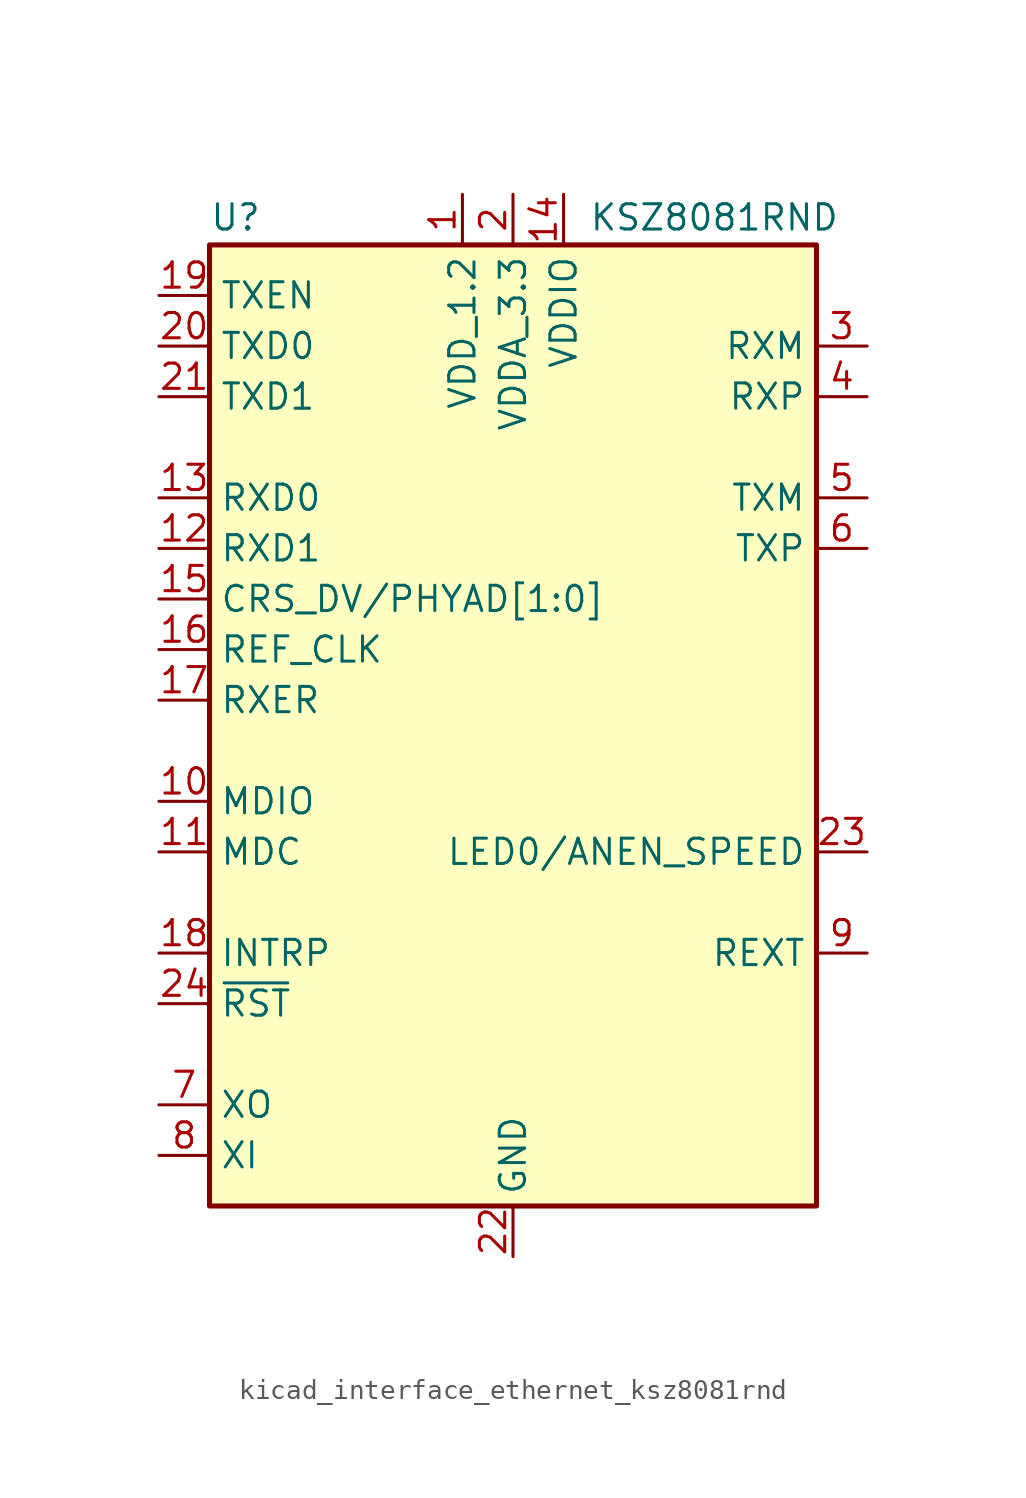
<source format=kicad_sym>
(kicad_symbol_lib
  (version 20220914)
  (generator kicad_symbol_editor)
  (symbol "kicad_interface_ethernet_ksz8081rnd"
    (property "Reference" "U"
      (at -15.24 26.035 0)
      (effects (font (size 1.27 1.27)) (justify left bottom)))
    (property "Value" "KSZ8081RND"
      (at 3.81 26.035 0)
      (effects (font (size 1.27 1.27)) (justify left bottom)))
    (symbol "kicad_interface_ethernet_ksz8081rnd_0_1"
      (rectangle (start -15.24 25.4) (end 15.24 -22.86) (stroke (width 0.254) (type default)) (fill (type background))))
    (symbol "kicad_interface_ethernet_ksz8081rnd_1_1"
      (pin power_out line (at -2.54 27.94 270) (length 2.54) (name "VDD_1.2" (effects (font (size 1.27 1.27)))) (number "1" (effects (font (size 1.27 1.27)))))
      (pin bidirectional line (at -17.78 -2.54 0) (length 2.54) (name "MDIO" (effects (font (size 1.27 1.27)))) (number "10" (effects (font (size 1.27 1.27)))))
      (pin input line (at -17.78 -5.08 0) (length 2.54) (name "MDC" (effects (font (size 1.27 1.27)))) (number "11" (effects (font (size 1.27 1.27)))))
      (pin output line (at -17.78 10.16 0) (length 2.54) (name "RXD1" (effects (font (size 1.27 1.27)))) (number "12" (effects (font (size 1.27 1.27)))))
      (pin output line (at -17.78 12.7 0) (length 2.54) (name "RXD0" (effects (font (size 1.27 1.27)))) (number "13" (effects (font (size 1.27 1.27)))))
      (pin power_in line (at 2.54 27.94 270) (length 2.54) (name "VDDIO" (effects (font (size 1.27 1.27)))) (number "14" (effects (font (size 1.27 1.27)))))
      (pin output line (at -17.78 7.62 0) (length 2.54) (name "CRS_DV/PHYAD[1:0]" (effects (font (size 1.27 1.27)))) (number "15" (effects (font (size 1.27 1.27)))))
      (pin output line (at -17.78 5.08 0) (length 2.54) (name "REF_CLK" (effects (font (size 1.27 1.27)))) (number "16" (effects (font (size 1.27 1.27)))))
      (pin output line (at -17.78 2.54 0) (length 2.54) (name "RXER" (effects (font (size 1.27 1.27)))) (number "17" (effects (font (size 1.27 1.27)))))
      (pin bidirectional line (at -17.78 -10.16 0) (length 2.54) (name "INTRP" (effects (font (size 1.27 1.27)))) (number "18" (effects (font (size 1.27 1.27)))))
      (pin input line (at -17.78 22.86 0) (length 2.54) (name "TXEN" (effects (font (size 1.27 1.27)))) (number "19" (effects (font (size 1.27 1.27)))))
      (pin power_in line (at 0 27.94 270) (length 2.54) (name "VDDA_3.3" (effects (font (size 1.27 1.27)))) (number "2" (effects (font (size 1.27 1.27)))))
      (pin input line (at -17.78 20.32 0) (length 2.54) (name "TXD0" (effects (font (size 1.27 1.27)))) (number "20" (effects (font (size 1.27 1.27)))))
      (pin bidirectional line (at -17.78 17.78 0) (length 2.54) (name "TXD1" (effects (font (size 1.27 1.27)))) (number "21" (effects (font (size 1.27 1.27)))))
      (pin power_in line (at 0 -25.4 90) (length 2.54) (name "GND" (effects (font (size 1.27 1.27)))) (number "22" (effects (font (size 1.27 1.27)))))
      (pin output line (at 17.78 -5.08 180) (length 2.54) (name "LED0/ANEN_SPEED" (effects (font (size 1.27 1.27)))) (number "23" (effects (font (size 1.27 1.27)))))
      (pin input line (at -17.78 -12.7 0) (length 2.54) (name "~{RST}" (effects (font (size 1.27 1.27)))) (number "24" (effects (font (size 1.27 1.27)))))
      (pin passive line (at 0 -25.4 90) (length 2.54) hide (name "GND" (effects (font (size 1.27 1.27)))) (number "25" (effects (font (size 1.27 1.27)))))
      (pin bidirectional line (at 17.78 20.32 180) (length 2.54) (name "RXM" (effects (font (size 1.27 1.27)))) (number "3" (effects (font (size 1.27 1.27)))))
      (pin bidirectional line (at 17.78 17.78 180) (length 2.54) (name "RXP" (effects (font (size 1.27 1.27)))) (number "4" (effects (font (size 1.27 1.27)))))
      (pin bidirectional line (at 17.78 12.7 180) (length 2.54) (name "TXM" (effects (font (size 1.27 1.27)))) (number "5" (effects (font (size 1.27 1.27)))))
      (pin bidirectional line (at 17.78 10.16 180) (length 2.54) (name "TXP" (effects (font (size 1.27 1.27)))) (number "6" (effects (font (size 1.27 1.27)))))
      (pin output line (at -17.78 -17.78 0) (length 2.54) (name "XO" (effects (font (size 1.27 1.27)))) (number "7" (effects (font (size 1.27 1.27)))))
      (pin input line (at -17.78 -20.32 0) (length 2.54) (name "XI" (effects (font (size 1.27 1.27)))) (number "8" (effects (font (size 1.27 1.27)))))
      (pin passive line (at 17.78 -10.16 180) (length 2.54) (name "REXT" (effects (font (size 1.27 1.27)))) (number "9" (effects (font (size 1.27 1.27))))))))
</source>
